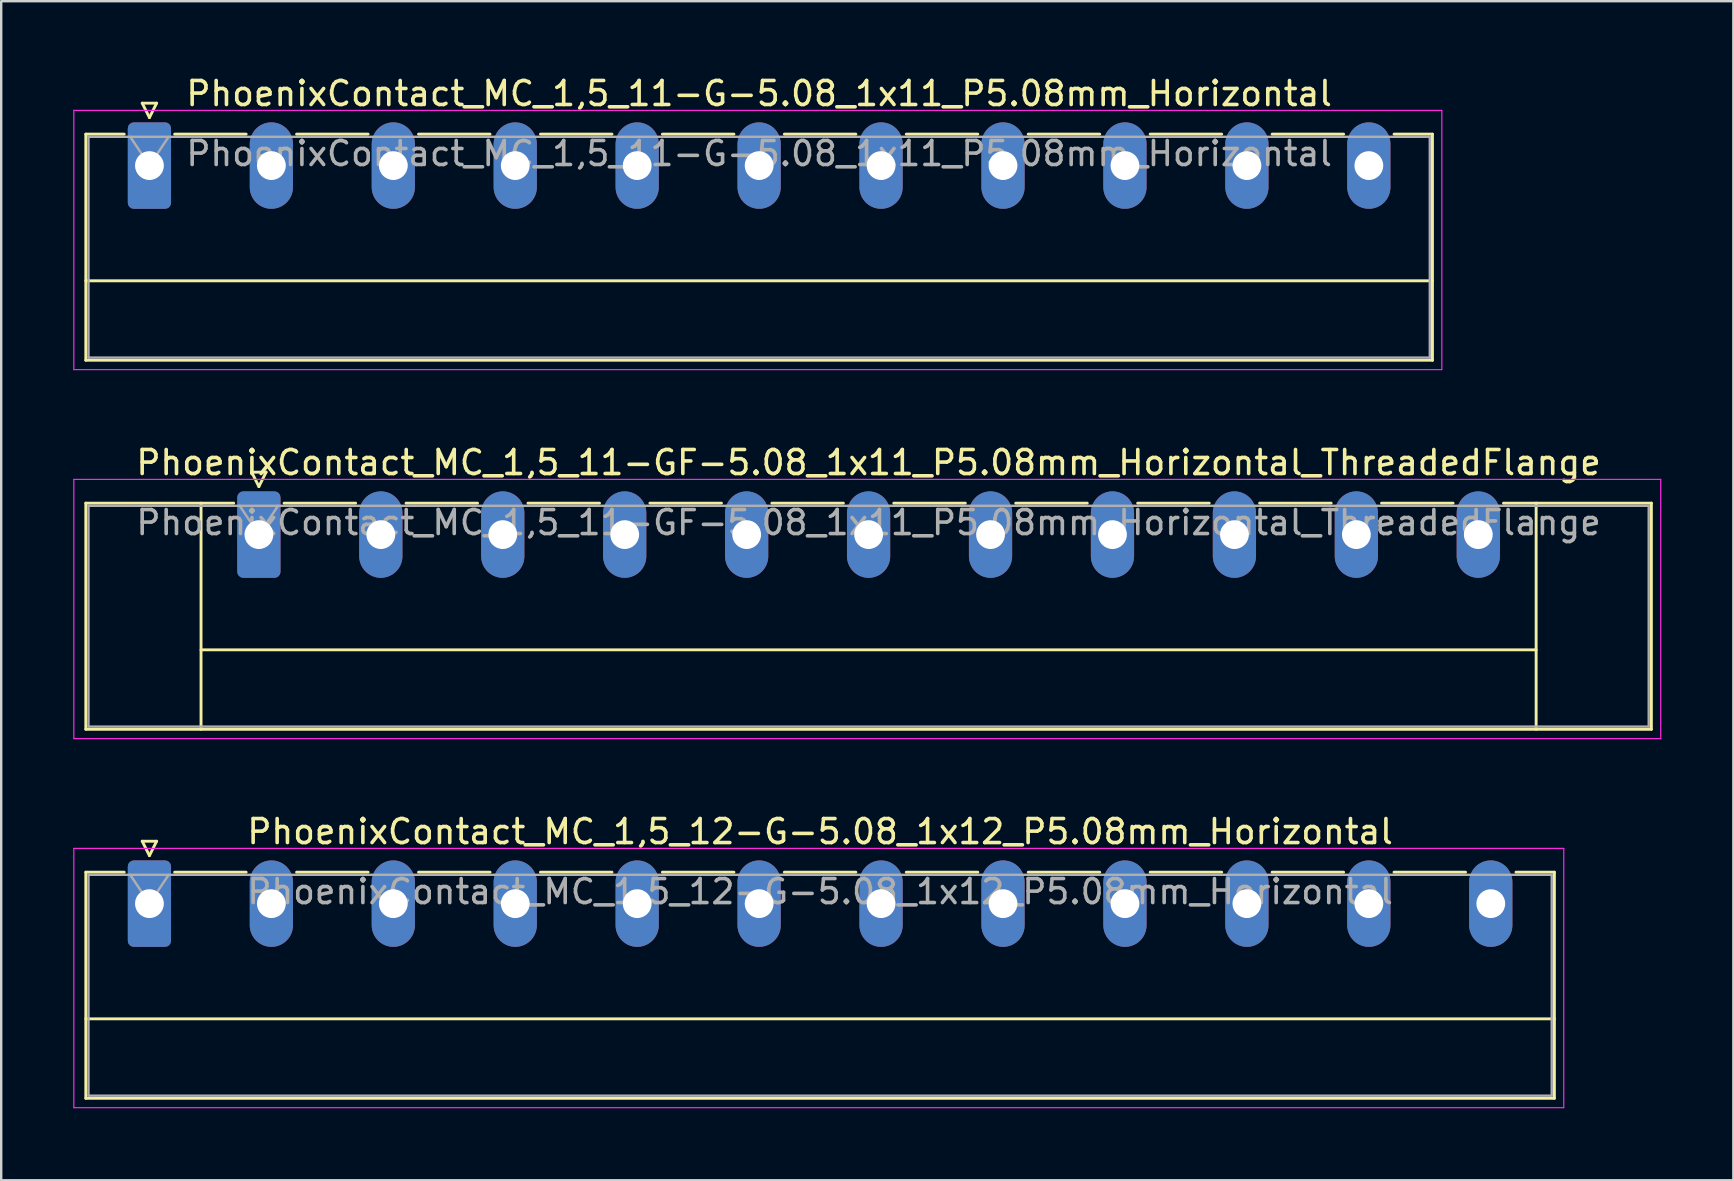
<source format=kicad_pcb>
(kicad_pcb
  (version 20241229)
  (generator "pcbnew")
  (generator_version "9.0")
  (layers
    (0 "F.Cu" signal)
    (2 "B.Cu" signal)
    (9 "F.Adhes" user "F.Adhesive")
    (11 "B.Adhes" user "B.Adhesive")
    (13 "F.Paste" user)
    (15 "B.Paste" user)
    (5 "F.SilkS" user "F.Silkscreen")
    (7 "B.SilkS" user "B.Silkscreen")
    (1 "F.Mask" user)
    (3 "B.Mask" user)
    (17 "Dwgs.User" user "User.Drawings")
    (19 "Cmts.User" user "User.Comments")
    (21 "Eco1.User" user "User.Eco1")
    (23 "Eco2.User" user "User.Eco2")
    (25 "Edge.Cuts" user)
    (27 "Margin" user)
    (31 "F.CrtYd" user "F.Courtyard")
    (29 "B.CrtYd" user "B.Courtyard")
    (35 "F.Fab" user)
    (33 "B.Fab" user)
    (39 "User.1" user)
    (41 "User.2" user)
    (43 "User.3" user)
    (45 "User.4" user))
  (footprint "PhoenixContact_MC_1,5_11-G-5.08_1x11_P5.08mm_Horizontal"
    (layer "F.Cu")
    (at 3.175 3.848)
    (property "Reference" "PhoenixContact_MC_1,5_11-G-5.08_1x11_P5.08mm_Horizontal" (at 25.4 -3 0) (layer "F.SilkS") (effects (font (size 1 1) (thickness 0.15))))
    (attr through_hole)
    (fp_line (start -2.65 -1.31) (end -2.65 8.11) (stroke (width 0.12) (type solid)) (layer "F.SilkS"))
    (fp_line (start -2.65 -1.31) (end -1.05 -1.31) (stroke (width 0.12) (type solid)) (layer "F.SilkS"))
    (fp_line (start -2.65 4.8) (end 53.45 4.8) (stroke (width 0.12) (type solid)) (layer "F.SilkS"))
    (fp_line (start -2.65 8.11) (end 53.45 8.11) (stroke (width 0.12) (type solid)) (layer "F.SilkS"))
    (fp_line (start -0.3 -2.6) (end 0.3 -2.6) (stroke (width 0.12) (type solid)) (layer "F.SilkS"))
    (fp_line (start 0 -2) (end -0.3 -2.6) (stroke (width 0.12) (type solid)) (layer "F.SilkS"))
    (fp_line (start 0.3 -2.6) (end 0 -2) (stroke (width 0.12) (type solid)) (layer "F.SilkS"))
    (fp_line (start 1.05 -1.31) (end 4.03 -1.31) (stroke (width 0.12) (type solid)) (layer "F.SilkS"))
    (fp_line (start 6.13 -1.31) (end 9.11 -1.31) (stroke (width 0.12) (type solid)) (layer "F.SilkS"))
    (fp_line (start 11.21 -1.31) (end 14.19 -1.31) (stroke (width 0.12) (type solid)) (layer "F.SilkS"))
    (fp_line (start 16.29 -1.31) (end 19.27 -1.31) (stroke (width 0.12) (type solid)) (layer "F.SilkS"))
    (fp_line (start 21.37 -1.31) (end 24.35 -1.31) (stroke (width 0.12) (type solid)) (layer "F.SilkS"))
    (fp_line (start 26.45 -1.31) (end 29.43 -1.31) (stroke (width 0.12) (type solid)) (layer "F.SilkS"))
    (fp_line (start 31.53 -1.31) (end 34.51 -1.31) (stroke (width 0.12) (type solid)) (layer "F.SilkS"))
    (fp_line (start 36.61 -1.31) (end 39.59 -1.31) (stroke (width 0.12) (type solid)) (layer "F.SilkS"))
    (fp_line (start 41.69 -1.31) (end 44.67 -1.31) (stroke (width 0.12) (type solid)) (layer "F.SilkS"))
    (fp_line (start 46.77 -1.31) (end 49.75 -1.31) (stroke (width 0.12) (type solid)) (layer "F.SilkS"))
    (fp_line (start 53.45 -1.31) (end 51.85 -1.31) (stroke (width 0.12) (type solid)) (layer "F.SilkS"))
    (fp_line (start 53.45 8.11) (end 53.45 -1.31) (stroke (width 0.12) (type solid)) (layer "F.SilkS"))
    (fp_line (start -3.15 -2.3) (end -3.15 8.5) (stroke (width 0.05) (type solid)) (layer "F.CrtYd"))
    (fp_line (start -3.15 8.5) (end 53.84 8.5) (stroke (width 0.05) (type solid)) (layer "F.CrtYd"))
    (fp_line (start 53.84 -2.3) (end -3.15 -2.3) (stroke (width 0.05) (type solid)) (layer "F.CrtYd"))
    (fp_line (start 53.84 8.5) (end 53.84 -2.3) (stroke (width 0.05) (type solid)) (layer "F.CrtYd"))
    (fp_line (start -2.54 -1.2) (end -2.54 8) (stroke (width 0.1) (type solid)) (layer "F.Fab"))
    (fp_line (start -2.54 8) (end 53.34 8) (stroke (width 0.1) (type solid)) (layer "F.Fab"))
    (fp_line (start 0 0) (end -0.8 -1.2) (stroke (width 0.1) (type solid)) (layer "F.Fab"))
    (fp_line (start 0.8 -1.2) (end 0 0) (stroke (width 0.1) (type solid)) (layer "F.Fab"))
    (fp_line (start 53.34 -1.2) (end -2.54 -1.2) (stroke (width 0.1) (type solid)) (layer "F.Fab"))
    (fp_line (start 53.34 8) (end 53.34 -1.2) (stroke (width 0.1) (type solid)) (layer "F.Fab"))
    (fp_text user "${REFERENCE}" (at 25.4 -0.5 0) (layer "F.Fab") (effects (font (size 1 1) (thickness 0.15))))
    (pad "1" thru_hole roundrect (at 0 0) (size 1.8 3.6) (drill 1.2) (layers "*.Cu" "*.Mask") (roundrect_rratio 0.139))
    (pad "2" thru_hole oval (at 5.08 0) (size 1.8 3.6) (drill 1.2) (layers "*.Cu" "*.Mask"))
    (pad "3" thru_hole oval (at 10.16 0) (size 1.8 3.6) (drill 1.2) (layers "*.Cu" "*.Mask"))
    (pad "4" thru_hole oval (at 15.24 0) (size 1.8 3.6) (drill 1.2) (layers "*.Cu" "*.Mask"))
    (pad "5" thru_hole oval (at 20.32 0) (size 1.8 3.6) (drill 1.2) (layers "*.Cu" "*.Mask"))
    (pad "6" thru_hole oval (at 25.4 0) (size 1.8 3.6) (drill 1.2) (layers "*.Cu" "*.Mask"))
    (pad "7" thru_hole oval (at 30.48 0) (size 1.8 3.6) (drill 1.2) (layers "*.Cu" "*.Mask"))
    (pad "8" thru_hole oval (at 35.56 0) (size 1.8 3.6) (drill 1.2) (layers "*.Cu" "*.Mask"))
    (pad "9" thru_hole oval (at 40.64 0) (size 1.8 3.6) (drill 1.2) (layers "*.Cu" "*.Mask"))
    (pad "10" thru_hole oval (at 45.72 0) (size 1.8 3.6) (drill 1.2) (layers "*.Cu" "*.Mask"))
    (pad "11" thru_hole oval (at 50.8 0) (size 1.8 3.6) (drill 1.2) (layers "*.Cu" "*.Mask")))
  (footprint "PhoenixContact_MC_1,5_12-G-5.08_1x12_P5.08mm_Horizontal"
    (layer "F.Cu")
    (at 3.175 34.595)
    (property "Reference" "PhoenixContact_MC_1,5_12-G-5.08_1x12_P5.08mm_Horizontal" (at 27.94 -3 0) (layer "F.SilkS") (effects (font (size 1 1) (thickness 0.15))))
    (attr through_hole)
    (fp_line (start -2.65 -1.31) (end -2.65 8.11) (stroke (width 0.12) (type solid)) (layer "F.SilkS"))
    (fp_line (start -2.65 -1.31) (end -1.05 -1.31) (stroke (width 0.12) (type solid)) (layer "F.SilkS"))
    (fp_line (start -2.65 4.8) (end 58.53 4.8) (stroke (width 0.12) (type solid)) (layer "F.SilkS"))
    (fp_line (start -2.65 8.11) (end 58.53 8.11) (stroke (width 0.12) (type solid)) (layer "F.SilkS"))
    (fp_line (start -0.3 -2.6) (end 0.3 -2.6) (stroke (width 0.12) (type solid)) (layer "F.SilkS"))
    (fp_line (start 0 -2) (end -0.3 -2.6) (stroke (width 0.12) (type solid)) (layer "F.SilkS"))
    (fp_line (start 0.3 -2.6) (end 0 -2) (stroke (width 0.12) (type solid)) (layer "F.SilkS"))
    (fp_line (start 1.05 -1.31) (end 4.03 -1.31) (stroke (width 0.12) (type solid)) (layer "F.SilkS"))
    (fp_line (start 6.13 -1.31) (end 9.11 -1.31) (stroke (width 0.12) (type solid)) (layer "F.SilkS"))
    (fp_line (start 11.21 -1.31) (end 14.19 -1.31) (stroke (width 0.12) (type solid)) (layer "F.SilkS"))
    (fp_line (start 16.29 -1.31) (end 19.27 -1.31) (stroke (width 0.12) (type solid)) (layer "F.SilkS"))
    (fp_line (start 21.37 -1.31) (end 24.35 -1.31) (stroke (width 0.12) (type solid)) (layer "F.SilkS"))
    (fp_line (start 26.45 -1.31) (end 29.43 -1.31) (stroke (width 0.12) (type solid)) (layer "F.SilkS"))
    (fp_line (start 31.53 -1.31) (end 34.51 -1.31) (stroke (width 0.12) (type solid)) (layer "F.SilkS"))
    (fp_line (start 36.61 -1.31) (end 39.59 -1.31) (stroke (width 0.12) (type solid)) (layer "F.SilkS"))
    (fp_line (start 41.69 -1.31) (end 44.67 -1.31) (stroke (width 0.12) (type solid)) (layer "F.SilkS"))
    (fp_line (start 46.77 -1.31) (end 49.75 -1.31) (stroke (width 0.12) (type solid)) (layer "F.SilkS"))
    (fp_line (start 51.85 -1.31) (end 54.83 -1.31) (stroke (width 0.12) (type solid)) (layer "F.SilkS"))
    (fp_line (start 58.53 -1.31) (end 56.93 -1.31) (stroke (width 0.12) (type solid)) (layer "F.SilkS"))
    (fp_line (start 58.53 8.11) (end 58.53 -1.31) (stroke (width 0.12) (type solid)) (layer "F.SilkS"))
    (fp_line (start -3.15 -2.3) (end -3.15 8.5) (stroke (width 0.05) (type solid)) (layer "F.CrtYd"))
    (fp_line (start -3.15 8.5) (end 58.92 8.5) (stroke (width 0.05) (type solid)) (layer "F.CrtYd"))
    (fp_line (start 58.92 -2.3) (end -3.15 -2.3) (stroke (width 0.05) (type solid)) (layer "F.CrtYd"))
    (fp_line (start 58.92 8.5) (end 58.92 -2.3) (stroke (width 0.05) (type solid)) (layer "F.CrtYd"))
    (fp_line (start -2.54 -1.2) (end -2.54 8) (stroke (width 0.1) (type solid)) (layer "F.Fab"))
    (fp_line (start -2.54 8) (end 58.42 8) (stroke (width 0.1) (type solid)) (layer "F.Fab"))
    (fp_line (start 0 0) (end -0.8 -1.2) (stroke (width 0.1) (type solid)) (layer "F.Fab"))
    (fp_line (start 0.8 -1.2) (end 0 0) (stroke (width 0.1) (type solid)) (layer "F.Fab"))
    (fp_line (start 58.42 -1.2) (end -2.54 -1.2) (stroke (width 0.1) (type solid)) (layer "F.Fab"))
    (fp_line (start 58.42 8) (end 58.42 -1.2) (stroke (width 0.1) (type solid)) (layer "F.Fab"))
    (fp_text user "${REFERENCE}" (at 27.94 -0.5 0) (layer "F.Fab") (effects (font (size 1 1) (thickness 0.15))))
    (pad "1" thru_hole roundrect (at 0 0) (size 1.8 3.6) (drill 1.2) (layers "*.Cu" "*.Mask") (roundrect_rratio 0.139))
    (pad "2" thru_hole oval (at 5.08 0) (size 1.8 3.6) (drill 1.2) (layers "*.Cu" "*.Mask"))
    (pad "3" thru_hole oval (at 10.16 0) (size 1.8 3.6) (drill 1.2) (layers "*.Cu" "*.Mask"))
    (pad "4" thru_hole oval (at 15.24 0) (size 1.8 3.6) (drill 1.2) (layers "*.Cu" "*.Mask"))
    (pad "5" thru_hole oval (at 20.32 0) (size 1.8 3.6) (drill 1.2) (layers "*.Cu" "*.Mask"))
    (pad "6" thru_hole oval (at 25.4 0) (size 1.8 3.6) (drill 1.2) (layers "*.Cu" "*.Mask"))
    (pad "7" thru_hole oval (at 30.48 0) (size 1.8 3.6) (drill 1.2) (layers "*.Cu" "*.Mask"))
    (pad "8" thru_hole oval (at 35.56 0) (size 1.8 3.6) (drill 1.2) (layers "*.Cu" "*.Mask"))
    (pad "9" thru_hole oval (at 40.64 0) (size 1.8 3.6) (drill 1.2) (layers "*.Cu" "*.Mask"))
    (pad "10" thru_hole oval (at 45.72 0) (size 1.8 3.6) (drill 1.2) (layers "*.Cu" "*.Mask"))
    (pad "11" thru_hole oval (at 50.8 0) (size 1.8 3.6) (drill 1.2) (layers "*.Cu" "*.Mask"))
    (pad "12" thru_hole oval (at 55.88 0) (size 1.8 3.6) (drill 1.2) (layers "*.Cu" "*.Mask")))
  (footprint "PhoenixContact_MC_1,5_11-GF-5.08_1x11_P5.08mm_Horizontal_ThreadedFlange"
    (layer "F.Cu")
    (at 7.735 19.221)
    (property "Reference" "PhoenixContact_MC_1,5_11-GF-5.08_1x11_P5.08mm_Horizontal_ThreadedFlange" (at 25.4 -3 0) (layer "F.SilkS") (effects (font (size 1 1) (thickness 0.15))))
    (attr through_hole)
    (fp_line (start -7.21 -1.31) (end -7.21 8.11) (stroke (width 0.12) (type solid)) (layer "F.SilkS"))
    (fp_line (start -7.21 -1.31) (end -1.05 -1.31) (stroke (width 0.12) (type solid)) (layer "F.SilkS"))
    (fp_line (start -7.21 8.11) (end 58.01 8.11) (stroke (width 0.12) (type solid)) (layer "F.SilkS"))
    (fp_line (start -2.41 -1.31) (end -2.41 8.11) (stroke (width 0.12) (type solid)) (layer "F.SilkS"))
    (fp_line (start -2.41 4.8) (end 53.21 4.8) (stroke (width 0.12) (type solid)) (layer "F.SilkS"))
    (fp_line (start -0.3 -2.6) (end 0.3 -2.6) (stroke (width 0.12) (type solid)) (layer "F.SilkS"))
    (fp_line (start 0 -2) (end -0.3 -2.6) (stroke (width 0.12) (type solid)) (layer "F.SilkS"))
    (fp_line (start 0.3 -2.6) (end 0 -2) (stroke (width 0.12) (type solid)) (layer "F.SilkS"))
    (fp_line (start 1.05 -1.31) (end 4.03 -1.31) (stroke (width 0.12) (type solid)) (layer "F.SilkS"))
    (fp_line (start 6.13 -1.31) (end 9.11 -1.31) (stroke (width 0.12) (type solid)) (layer "F.SilkS"))
    (fp_line (start 11.21 -1.31) (end 14.19 -1.31) (stroke (width 0.12) (type solid)) (layer "F.SilkS"))
    (fp_line (start 16.29 -1.31) (end 19.27 -1.31) (stroke (width 0.12) (type solid)) (layer "F.SilkS"))
    (fp_line (start 21.37 -1.31) (end 24.35 -1.31) (stroke (width 0.12) (type solid)) (layer "F.SilkS"))
    (fp_line (start 26.45 -1.31) (end 29.43 -1.31) (stroke (width 0.12) (type solid)) (layer "F.SilkS"))
    (fp_line (start 31.53 -1.31) (end 34.51 -1.31) (stroke (width 0.12) (type solid)) (layer "F.SilkS"))
    (fp_line (start 36.61 -1.31) (end 39.59 -1.31) (stroke (width 0.12) (type solid)) (layer "F.SilkS"))
    (fp_line (start 41.69 -1.31) (end 44.67 -1.31) (stroke (width 0.12) (type solid)) (layer "F.SilkS"))
    (fp_line (start 46.77 -1.31) (end 49.75 -1.31) (stroke (width 0.12) (type solid)) (layer "F.SilkS"))
    (fp_line (start 53.21 -1.31) (end 53.21 8.11) (stroke (width 0.12) (type solid)) (layer "F.SilkS"))
    (fp_line (start 58.01 -1.31) (end 51.85 -1.31) (stroke (width 0.12) (type solid)) (layer "F.SilkS"))
    (fp_line (start 58.01 8.11) (end 58.01 -1.31) (stroke (width 0.12) (type solid)) (layer "F.SilkS"))
    (fp_line (start -7.71 -2.3) (end -7.71 8.5) (stroke (width 0.05) (type solid)) (layer "F.CrtYd"))
    (fp_line (start -7.71 8.5) (end 58.4 8.5) (stroke (width 0.05) (type solid)) (layer "F.CrtYd"))
    (fp_line (start 58.4 -2.3) (end -7.71 -2.3) (stroke (width 0.05) (type solid)) (layer "F.CrtYd"))
    (fp_line (start 58.4 8.5) (end 58.4 -2.3) (stroke (width 0.05) (type solid)) (layer "F.CrtYd"))
    (fp_line (start -7.1 -1.2) (end -7.1 8) (stroke (width 0.1) (type solid)) (layer "F.Fab"))
    (fp_line (start -7.1 8) (end 57.9 8) (stroke (width 0.1) (type solid)) (layer "F.Fab"))
    (fp_line (start 0 0) (end -0.8 -1.2) (stroke (width 0.1) (type solid)) (layer "F.Fab"))
    (fp_line (start 0.8 -1.2) (end 0 0) (stroke (width 0.1) (type solid)) (layer "F.Fab"))
    (fp_line (start 57.9 -1.2) (end -7.1 -1.2) (stroke (width 0.1) (type solid)) (layer "F.Fab"))
    (fp_line (start 57.9 8) (end 57.9 -1.2) (stroke (width 0.1) (type solid)) (layer "F.Fab"))
    (fp_text user "${REFERENCE}" (at 25.4 -0.5 0) (layer "F.Fab") (effects (font (size 1 1) (thickness 0.15))))
    (pad "1" thru_hole roundrect (at 0 0) (size 1.8 3.6) (drill 1.2) (layers "*.Cu" "*.Mask") (roundrect_rratio 0.139))
    (pad "2" thru_hole oval (at 5.08 0) (size 1.8 3.6) (drill 1.2) (layers "*.Cu" "*.Mask"))
    (pad "3" thru_hole oval (at 10.16 0) (size 1.8 3.6) (drill 1.2) (layers "*.Cu" "*.Mask"))
    (pad "4" thru_hole oval (at 15.24 0) (size 1.8 3.6) (drill 1.2) (layers "*.Cu" "*.Mask"))
    (pad "5" thru_hole oval (at 20.32 0) (size 1.8 3.6) (drill 1.2) (layers "*.Cu" "*.Mask"))
    (pad "6" thru_hole oval (at 25.4 0) (size 1.8 3.6) (drill 1.2) (layers "*.Cu" "*.Mask"))
    (pad "7" thru_hole oval (at 30.48 0) (size 1.8 3.6) (drill 1.2) (layers "*.Cu" "*.Mask"))
    (pad "8" thru_hole oval (at 35.56 0) (size 1.8 3.6) (drill 1.2) (layers "*.Cu" "*.Mask"))
    (pad "9" thru_hole oval (at 40.64 0) (size 1.8 3.6) (drill 1.2) (layers "*.Cu" "*.Mask"))
    (pad "10" thru_hole oval (at 45.72 0) (size 1.8 3.6) (drill 1.2) (layers "*.Cu" "*.Mask"))
    (pad "11" thru_hole oval (at 50.8 0) (size 1.8 3.6) (drill 1.2) (layers "*.Cu" "*.Mask")))
  (gr_rect
    (start -3 -3)
    (end 69.16 46.12)
    (stroke (width 0.1) (type default))
    (fill no)
    (layer "Edge.Cuts")))
</source>
